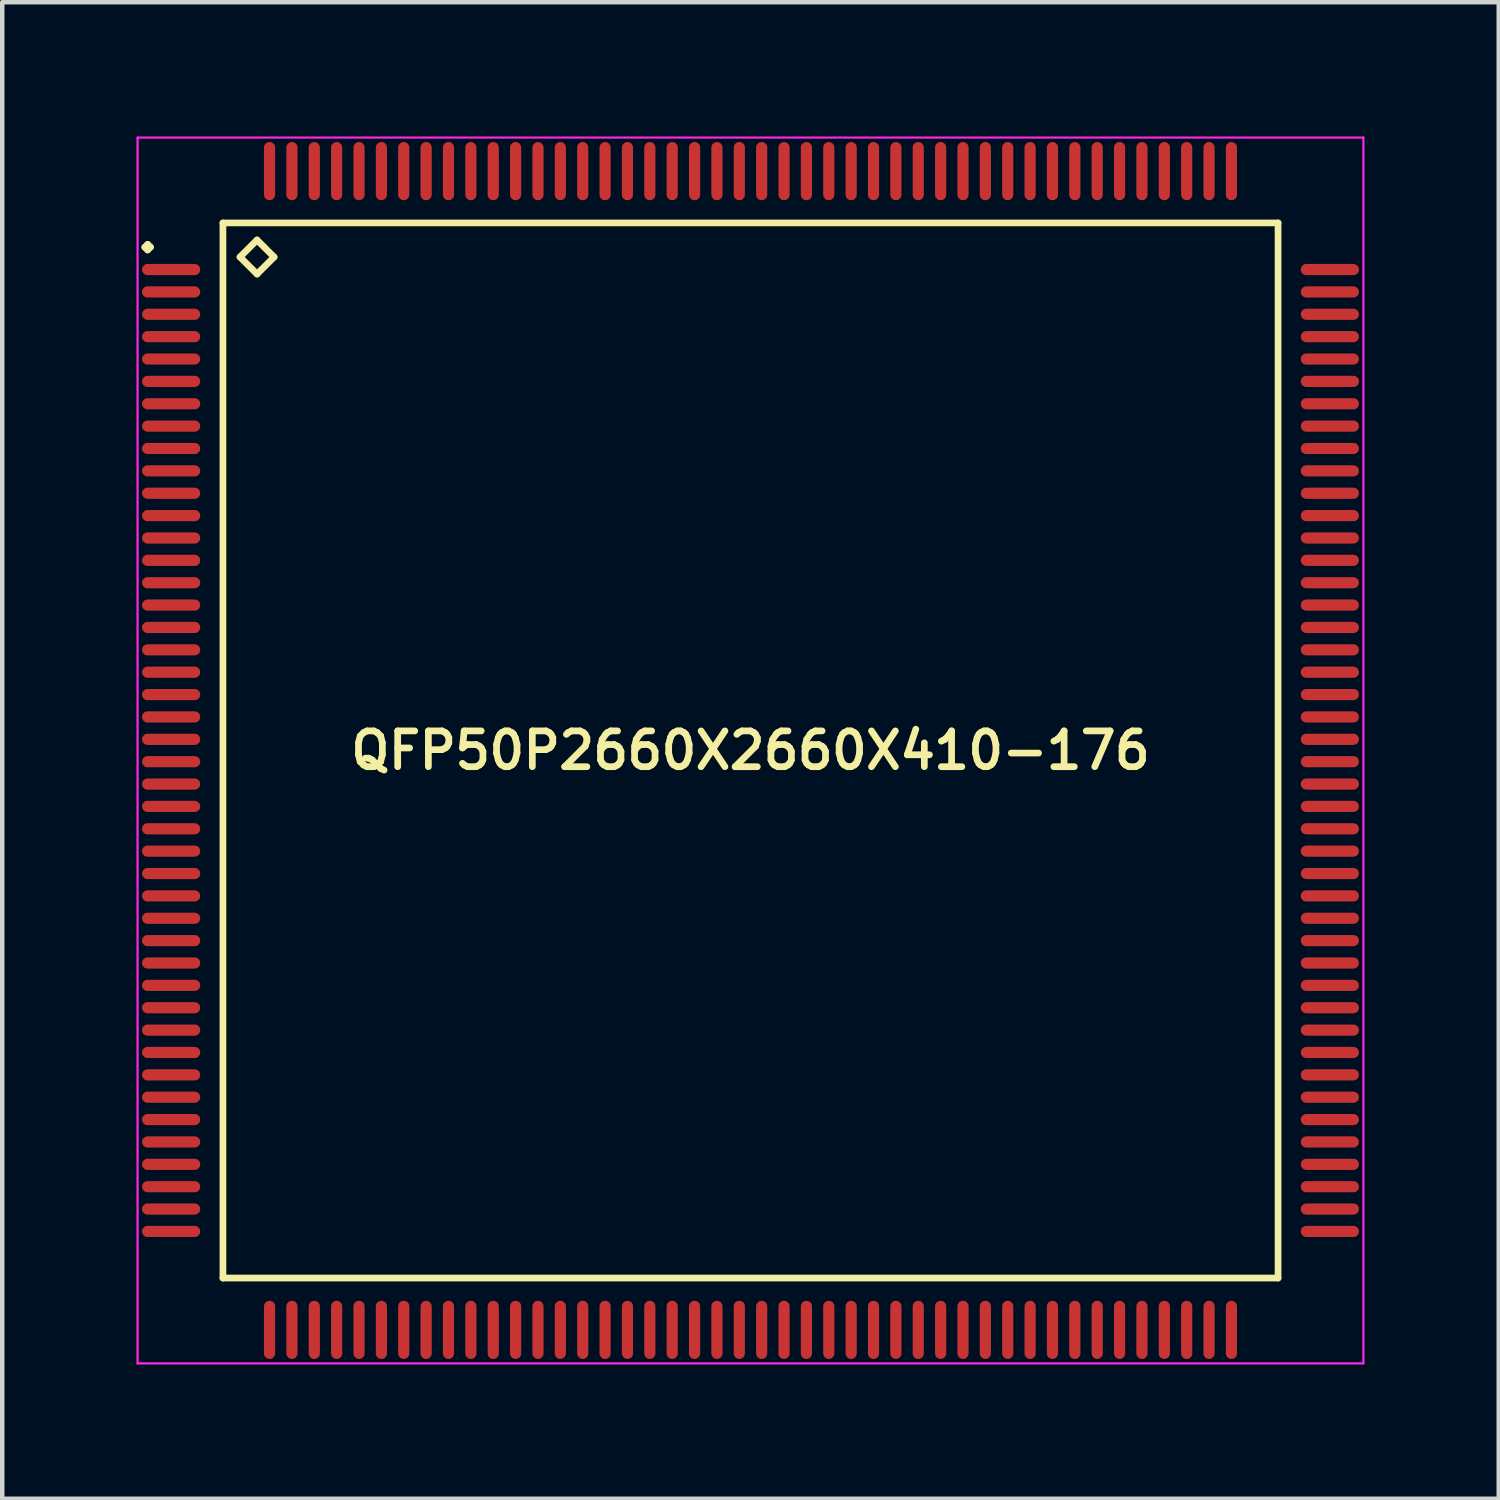
<source format=kicad_pcb>
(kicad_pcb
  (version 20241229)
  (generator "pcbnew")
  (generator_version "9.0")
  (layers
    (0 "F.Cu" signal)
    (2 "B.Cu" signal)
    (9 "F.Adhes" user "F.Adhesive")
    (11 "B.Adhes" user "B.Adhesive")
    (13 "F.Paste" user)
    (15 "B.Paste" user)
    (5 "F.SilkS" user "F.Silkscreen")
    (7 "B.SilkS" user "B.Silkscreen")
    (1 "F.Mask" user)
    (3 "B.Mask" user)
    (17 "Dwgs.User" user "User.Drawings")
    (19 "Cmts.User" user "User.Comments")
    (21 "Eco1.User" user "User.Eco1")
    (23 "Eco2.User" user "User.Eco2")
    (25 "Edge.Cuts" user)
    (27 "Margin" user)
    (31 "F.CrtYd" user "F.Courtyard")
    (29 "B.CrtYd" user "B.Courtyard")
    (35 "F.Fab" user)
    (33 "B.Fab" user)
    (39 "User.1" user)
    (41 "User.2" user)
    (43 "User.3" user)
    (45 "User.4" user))
  (footprint "QFP50P2660X2660X410-176"
    (layer "F.Cu")
    (at 13.725 13.725)
    (property "Reference" "QFP50P2660X2660X410-176" (at 0 0 0) (layer "F.SilkS") (effects (font (size 0.8 0.8) (thickness 0.15))))
    (attr smd)
    (fp_line (start -13.537 -11.25) (end -13.475 -11.312) (stroke (width 0.15) (type solid)) (layer "F.SilkS"))
    (fp_line (start -13.475 -11.312) (end -13.412 -11.25) (stroke (width 0.15) (type solid)) (layer "F.SilkS"))
    (fp_line (start -13.475 -11.188) (end -13.537 -11.25) (stroke (width 0.15) (type solid)) (layer "F.SilkS"))
    (fp_line (start -13.412 -11.25) (end -13.475 -11.188) (stroke (width 0.15) (type solid)) (layer "F.SilkS"))
    (fp_line (start -11.792 -11.792) (end -11.792 11.792) (stroke (width 0.15) (type solid)) (layer "F.SilkS"))
    (fp_line (start -11.792 11.792) (end 11.792 11.792) (stroke (width 0.15) (type solid)) (layer "F.SilkS"))
    (fp_line (start -11.411 -11.03) (end -11.03 -11.411) (stroke (width 0.15) (type solid)) (layer "F.SilkS"))
    (fp_line (start -11.03 -11.411) (end -10.649 -11.03) (stroke (width 0.15) (type solid)) (layer "F.SilkS"))
    (fp_line (start -11.03 -10.649) (end -11.411 -11.03) (stroke (width 0.15) (type solid)) (layer "F.SilkS"))
    (fp_line (start -10.649 -11.03) (end -11.03 -10.649) (stroke (width 0.15) (type solid)) (layer "F.SilkS"))
    (fp_line (start 11.792 -11.792) (end -11.792 -11.792) (stroke (width 0.15) (type solid)) (layer "F.SilkS"))
    (fp_line (start 11.792 11.792) (end 11.792 -11.792) (stroke (width 0.15) (type solid)) (layer "F.SilkS"))
    (fp_line (start -13.7 -13.7) (end 13.7 -13.7) (stroke (width 0.05) (type solid)) (layer "F.CrtYd"))
    (fp_line (start -13.7 13.7) (end -13.7 -13.7) (stroke (width 0.05) (type solid)) (layer "F.CrtYd"))
    (fp_line (start 13.7 -13.7) (end 13.7 13.7) (stroke (width 0.05) (type solid)) (layer "F.CrtYd"))
    (fp_line (start 13.7 13.7) (end -13.7 13.7) (stroke (width 0.05) (type solid)) (layer "F.CrtYd"))
    (pad "1" smd oval (at -12.95 -10.75) (size 1.3 0.25) (layers "F.Cu" "F.Mask" "F.Paste"))
    (pad "2" smd oval (at -12.95 -10.25) (size 1.3 0.25) (layers "F.Cu" "F.Mask" "F.Paste"))
    (pad "3" smd oval (at -12.95 -9.75) (size 1.3 0.25) (layers "F.Cu" "F.Mask" "F.Paste"))
    (pad "4" smd oval (at -12.95 -9.25) (size 1.3 0.25) (layers "F.Cu" "F.Mask" "F.Paste"))
    (pad "5" smd oval (at -12.95 -8.75) (size 1.3 0.25) (layers "F.Cu" "F.Mask" "F.Paste"))
    (pad "6" smd oval (at -12.95 -8.25) (size 1.3 0.25) (layers "F.Cu" "F.Mask" "F.Paste"))
    (pad "7" smd oval (at -12.95 -7.75) (size 1.3 0.25) (layers "F.Cu" "F.Mask" "F.Paste"))
    (pad "8" smd oval (at -12.95 -7.25) (size 1.3 0.25) (layers "F.Cu" "F.Mask" "F.Paste"))
    (pad "9" smd oval (at -12.95 -6.75) (size 1.3 0.25) (layers "F.Cu" "F.Mask" "F.Paste"))
    (pad "10" smd oval (at -12.95 -6.25) (size 1.3 0.25) (layers "F.Cu" "F.Mask" "F.Paste"))
    (pad "11" smd oval (at -12.95 -5.75) (size 1.3 0.25) (layers "F.Cu" "F.Mask" "F.Paste"))
    (pad "12" smd oval (at -12.95 -5.25) (size 1.3 0.25) (layers "F.Cu" "F.Mask" "F.Paste"))
    (pad "13" smd oval (at -12.95 -4.75) (size 1.3 0.25) (layers "F.Cu" "F.Mask" "F.Paste"))
    (pad "14" smd oval (at -12.95 -4.25) (size 1.3 0.25) (layers "F.Cu" "F.Mask" "F.Paste"))
    (pad "15" smd oval (at -12.95 -3.75) (size 1.3 0.25) (layers "F.Cu" "F.Mask" "F.Paste"))
    (pad "16" smd oval (at -12.95 -3.25) (size 1.3 0.25) (layers "F.Cu" "F.Mask" "F.Paste"))
    (pad "17" smd oval (at -12.95 -2.75) (size 1.3 0.25) (layers "F.Cu" "F.Mask" "F.Paste"))
    (pad "18" smd oval (at -12.95 -2.25) (size 1.3 0.25) (layers "F.Cu" "F.Mask" "F.Paste"))
    (pad "19" smd oval (at -12.95 -1.75) (size 1.3 0.25) (layers "F.Cu" "F.Mask" "F.Paste"))
    (pad "20" smd oval (at -12.95 -1.25) (size 1.3 0.25) (layers "F.Cu" "F.Mask" "F.Paste"))
    (pad "21" smd oval (at -12.95 -0.75) (size 1.3 0.25) (layers "F.Cu" "F.Mask" "F.Paste"))
    (pad "22" smd oval (at -12.95 -0.25) (size 1.3 0.25) (layers "F.Cu" "F.Mask" "F.Paste"))
    (pad "23" smd oval (at -12.95 0.25) (size 1.3 0.25) (layers "F.Cu" "F.Mask" "F.Paste"))
    (pad "24" smd oval (at -12.95 0.75) (size 1.3 0.25) (layers "F.Cu" "F.Mask" "F.Paste"))
    (pad "25" smd oval (at -12.95 1.25) (size 1.3 0.25) (layers "F.Cu" "F.Mask" "F.Paste"))
    (pad "26" smd oval (at -12.95 1.75) (size 1.3 0.25) (layers "F.Cu" "F.Mask" "F.Paste"))
    (pad "27" smd oval (at -12.95 2.25) (size 1.3 0.25) (layers "F.Cu" "F.Mask" "F.Paste"))
    (pad "28" smd oval (at -12.95 2.75) (size 1.3 0.25) (layers "F.Cu" "F.Mask" "F.Paste"))
    (pad "29" smd oval (at -12.95 3.25) (size 1.3 0.25) (layers "F.Cu" "F.Mask" "F.Paste"))
    (pad "30" smd oval (at -12.95 3.75) (size 1.3 0.25) (layers "F.Cu" "F.Mask" "F.Paste"))
    (pad "31" smd oval (at -12.95 4.25) (size 1.3 0.25) (layers "F.Cu" "F.Mask" "F.Paste"))
    (pad "32" smd oval (at -12.95 4.75) (size 1.3 0.25) (layers "F.Cu" "F.Mask" "F.Paste"))
    (pad "33" smd oval (at -12.95 5.25) (size 1.3 0.25) (layers "F.Cu" "F.Mask" "F.Paste"))
    (pad "34" smd oval (at -12.95 5.75) (size 1.3 0.25) (layers "F.Cu" "F.Mask" "F.Paste"))
    (pad "35" smd oval (at -12.95 6.25) (size 1.3 0.25) (layers "F.Cu" "F.Mask" "F.Paste"))
    (pad "36" smd oval (at -12.95 6.75) (size 1.3 0.25) (layers "F.Cu" "F.Mask" "F.Paste"))
    (pad "37" smd oval (at -12.95 7.25) (size 1.3 0.25) (layers "F.Cu" "F.Mask" "F.Paste"))
    (pad "38" smd oval (at -12.95 7.75) (size 1.3 0.25) (layers "F.Cu" "F.Mask" "F.Paste"))
    (pad "39" smd oval (at -12.95 8.25) (size 1.3 0.25) (layers "F.Cu" "F.Mask" "F.Paste"))
    (pad "40" smd oval (at -12.95 8.75) (size 1.3 0.25) (layers "F.Cu" "F.Mask" "F.Paste"))
    (pad "41" smd oval (at -12.95 9.25) (size 1.3 0.25) (layers "F.Cu" "F.Mask" "F.Paste"))
    (pad "42" smd oval (at -12.95 9.75) (size 1.3 0.25) (layers "F.Cu" "F.Mask" "F.Paste"))
    (pad "43" smd oval (at -12.95 10.25) (size 1.3 0.25) (layers "F.Cu" "F.Mask" "F.Paste"))
    (pad "44" smd oval (at -12.95 10.75) (size 1.3 0.25) (layers "F.Cu" "F.Mask" "F.Paste"))
    (pad "45" smd oval (at -10.75 12.95) (size 0.25 1.3) (layers "F.Cu" "F.Mask" "F.Paste"))
    (pad "46" smd oval (at -10.25 12.95) (size 0.25 1.3) (layers "F.Cu" "F.Mask" "F.Paste"))
    (pad "47" smd oval (at -9.75 12.95) (size 0.25 1.3) (layers "F.Cu" "F.Mask" "F.Paste"))
    (pad "48" smd oval (at -9.25 12.95) (size 0.25 1.3) (layers "F.Cu" "F.Mask" "F.Paste"))
    (pad "49" smd oval (at -8.75 12.95) (size 0.25 1.3) (layers "F.Cu" "F.Mask" "F.Paste"))
    (pad "50" smd oval (at -8.25 12.95) (size 0.25 1.3) (layers "F.Cu" "F.Mask" "F.Paste"))
    (pad "51" smd oval (at -7.75 12.95) (size 0.25 1.3) (layers "F.Cu" "F.Mask" "F.Paste"))
    (pad "52" smd oval (at -7.25 12.95) (size 0.25 1.3) (layers "F.Cu" "F.Mask" "F.Paste"))
    (pad "53" smd oval (at -6.75 12.95) (size 0.25 1.3) (layers "F.Cu" "F.Mask" "F.Paste"))
    (pad "54" smd oval (at -6.25 12.95) (size 0.25 1.3) (layers "F.Cu" "F.Mask" "F.Paste"))
    (pad "55" smd oval (at -5.75 12.95) (size 0.25 1.3) (layers "F.Cu" "F.Mask" "F.Paste"))
    (pad "56" smd oval (at -5.25 12.95) (size 0.25 1.3) (layers "F.Cu" "F.Mask" "F.Paste"))
    (pad "57" smd oval (at -4.75 12.95) (size 0.25 1.3) (layers "F.Cu" "F.Mask" "F.Paste"))
    (pad "58" smd oval (at -4.25 12.95) (size 0.25 1.3) (layers "F.Cu" "F.Mask" "F.Paste"))
    (pad "59" smd oval (at -3.75 12.95) (size 0.25 1.3) (layers "F.Cu" "F.Mask" "F.Paste"))
    (pad "60" smd oval (at -3.25 12.95) (size 0.25 1.3) (layers "F.Cu" "F.Mask" "F.Paste"))
    (pad "61" smd oval (at -2.75 12.95) (size 0.25 1.3) (layers "F.Cu" "F.Mask" "F.Paste"))
    (pad "62" smd oval (at -2.25 12.95) (size 0.25 1.3) (layers "F.Cu" "F.Mask" "F.Paste"))
    (pad "63" smd oval (at -1.75 12.95) (size 0.25 1.3) (layers "F.Cu" "F.Mask" "F.Paste"))
    (pad "64" smd oval (at -1.25 12.95) (size 0.25 1.3) (layers "F.Cu" "F.Mask" "F.Paste"))
    (pad "65" smd oval (at -0.75 12.95) (size 0.25 1.3) (layers "F.Cu" "F.Mask" "F.Paste"))
    (pad "66" smd oval (at -0.25 12.95) (size 0.25 1.3) (layers "F.Cu" "F.Mask" "F.Paste"))
    (pad "67" smd oval (at 0.25 12.95) (size 0.25 1.3) (layers "F.Cu" "F.Mask" "F.Paste"))
    (pad "68" smd oval (at 0.75 12.95) (size 0.25 1.3) (layers "F.Cu" "F.Mask" "F.Paste"))
    (pad "69" smd oval (at 1.25 12.95) (size 0.25 1.3) (layers "F.Cu" "F.Mask" "F.Paste"))
    (pad "70" smd oval (at 1.75 12.95) (size 0.25 1.3) (layers "F.Cu" "F.Mask" "F.Paste"))
    (pad "71" smd oval (at 2.25 12.95) (size 0.25 1.3) (layers "F.Cu" "F.Mask" "F.Paste"))
    (pad "72" smd oval (at 2.75 12.95) (size 0.25 1.3) (layers "F.Cu" "F.Mask" "F.Paste"))
    (pad "73" smd oval (at 3.25 12.95) (size 0.25 1.3) (layers "F.Cu" "F.Mask" "F.Paste"))
    (pad "74" smd oval (at 3.75 12.95) (size 0.25 1.3) (layers "F.Cu" "F.Mask" "F.Paste"))
    (pad "75" smd oval (at 4.25 12.95) (size 0.25 1.3) (layers "F.Cu" "F.Mask" "F.Paste"))
    (pad "76" smd oval (at 4.75 12.95) (size 0.25 1.3) (layers "F.Cu" "F.Mask" "F.Paste"))
    (pad "77" smd oval (at 5.25 12.95) (size 0.25 1.3) (layers "F.Cu" "F.Mask" "F.Paste"))
    (pad "78" smd oval (at 5.75 12.95) (size 0.25 1.3) (layers "F.Cu" "F.Mask" "F.Paste"))
    (pad "79" smd oval (at 6.25 12.95) (size 0.25 1.3) (layers "F.Cu" "F.Mask" "F.Paste"))
    (pad "80" smd oval (at 6.75 12.95) (size 0.25 1.3) (layers "F.Cu" "F.Mask" "F.Paste"))
    (pad "81" smd oval (at 7.25 12.95) (size 0.25 1.3) (layers "F.Cu" "F.Mask" "F.Paste"))
    (pad "82" smd oval (at 7.75 12.95) (size 0.25 1.3) (layers "F.Cu" "F.Mask" "F.Paste"))
    (pad "83" smd oval (at 8.25 12.95) (size 0.25 1.3) (layers "F.Cu" "F.Mask" "F.Paste"))
    (pad "84" smd oval (at 8.75 12.95) (size 0.25 1.3) (layers "F.Cu" "F.Mask" "F.Paste"))
    (pad "85" smd oval (at 9.25 12.95) (size 0.25 1.3) (layers "F.Cu" "F.Mask" "F.Paste"))
    (pad "86" smd oval (at 9.75 12.95) (size 0.25 1.3) (layers "F.Cu" "F.Mask" "F.Paste"))
    (pad "87" smd oval (at 10.25 12.95) (size 0.25 1.3) (layers "F.Cu" "F.Mask" "F.Paste"))
    (pad "88" smd oval (at 10.75 12.95) (size 0.25 1.3) (layers "F.Cu" "F.Mask" "F.Paste"))
    (pad "89" smd oval (at 12.95 10.75) (size 1.3 0.25) (layers "F.Cu" "F.Mask" "F.Paste"))
    (pad "90" smd oval (at 12.95 10.25) (size 1.3 0.25) (layers "F.Cu" "F.Mask" "F.Paste"))
    (pad "91" smd oval (at 12.95 9.75) (size 1.3 0.25) (layers "F.Cu" "F.Mask" "F.Paste"))
    (pad "92" smd oval (at 12.95 9.25) (size 1.3 0.25) (layers "F.Cu" "F.Mask" "F.Paste"))
    (pad "93" smd oval (at 12.95 8.75) (size 1.3 0.25) (layers "F.Cu" "F.Mask" "F.Paste"))
    (pad "94" smd oval (at 12.95 8.25) (size 1.3 0.25) (layers "F.Cu" "F.Mask" "F.Paste"))
    (pad "95" smd oval (at 12.95 7.75) (size 1.3 0.25) (layers "F.Cu" "F.Mask" "F.Paste"))
    (pad "96" smd oval (at 12.95 7.25) (size 1.3 0.25) (layers "F.Cu" "F.Mask" "F.Paste"))
    (pad "97" smd oval (at 12.95 6.75) (size 1.3 0.25) (layers "F.Cu" "F.Mask" "F.Paste"))
    (pad "98" smd oval (at 12.95 6.25) (size 1.3 0.25) (layers "F.Cu" "F.Mask" "F.Paste"))
    (pad "99" smd oval (at 12.95 5.75) (size 1.3 0.25) (layers "F.Cu" "F.Mask" "F.Paste"))
    (pad "100" smd oval (at 12.95 5.25) (size 1.3 0.25) (layers "F.Cu" "F.Mask" "F.Paste"))
    (pad "101" smd oval (at 12.95 4.75) (size 1.3 0.25) (layers "F.Cu" "F.Mask" "F.Paste"))
    (pad "102" smd oval (at 12.95 4.25) (size 1.3 0.25) (layers "F.Cu" "F.Mask" "F.Paste"))
    (pad "103" smd oval (at 12.95 3.75) (size 1.3 0.25) (layers "F.Cu" "F.Mask" "F.Paste"))
    (pad "104" smd oval (at 12.95 3.25) (size 1.3 0.25) (layers "F.Cu" "F.Mask" "F.Paste"))
    (pad "105" smd oval (at 12.95 2.75) (size 1.3 0.25) (layers "F.Cu" "F.Mask" "F.Paste"))
    (pad "106" smd oval (at 12.95 2.25) (size 1.3 0.25) (layers "F.Cu" "F.Mask" "F.Paste"))
    (pad "107" smd oval (at 12.95 1.75) (size 1.3 0.25) (layers "F.Cu" "F.Mask" "F.Paste"))
    (pad "108" smd oval (at 12.95 1.25) (size 1.3 0.25) (layers "F.Cu" "F.Mask" "F.Paste"))
    (pad "109" smd oval (at 12.95 0.75) (size 1.3 0.25) (layers "F.Cu" "F.Mask" "F.Paste"))
    (pad "110" smd oval (at 12.95 0.25) (size 1.3 0.25) (layers "F.Cu" "F.Mask" "F.Paste"))
    (pad "111" smd oval (at 12.95 -0.25) (size 1.3 0.25) (layers "F.Cu" "F.Mask" "F.Paste"))
    (pad "112" smd oval (at 12.95 -0.75) (size 1.3 0.25) (layers "F.Cu" "F.Mask" "F.Paste"))
    (pad "113" smd oval (at 12.95 -1.25) (size 1.3 0.25) (layers "F.Cu" "F.Mask" "F.Paste"))
    (pad "114" smd oval (at 12.95 -1.75) (size 1.3 0.25) (layers "F.Cu" "F.Mask" "F.Paste"))
    (pad "115" smd oval (at 12.95 -2.25) (size 1.3 0.25) (layers "F.Cu" "F.Mask" "F.Paste"))
    (pad "116" smd oval (at 12.95 -2.75) (size 1.3 0.25) (layers "F.Cu" "F.Mask" "F.Paste"))
    (pad "117" smd oval (at 12.95 -3.25) (size 1.3 0.25) (layers "F.Cu" "F.Mask" "F.Paste"))
    (pad "118" smd oval (at 12.95 -3.75) (size 1.3 0.25) (layers "F.Cu" "F.Mask" "F.Paste"))
    (pad "119" smd oval (at 12.95 -4.25) (size 1.3 0.25) (layers "F.Cu" "F.Mask" "F.Paste"))
    (pad "120" smd oval (at 12.95 -4.75) (size 1.3 0.25) (layers "F.Cu" "F.Mask" "F.Paste"))
    (pad "121" smd oval (at 12.95 -5.25) (size 1.3 0.25) (layers "F.Cu" "F.Mask" "F.Paste"))
    (pad "122" smd oval (at 12.95 -5.75) (size 1.3 0.25) (layers "F.Cu" "F.Mask" "F.Paste"))
    (pad "123" smd oval (at 12.95 -6.25) (size 1.3 0.25) (layers "F.Cu" "F.Mask" "F.Paste"))
    (pad "124" smd oval (at 12.95 -6.75) (size 1.3 0.25) (layers "F.Cu" "F.Mask" "F.Paste"))
    (pad "125" smd oval (at 12.95 -7.25) (size 1.3 0.25) (layers "F.Cu" "F.Mask" "F.Paste"))
    (pad "126" smd oval (at 12.95 -7.75) (size 1.3 0.25) (layers "F.Cu" "F.Mask" "F.Paste"))
    (pad "127" smd oval (at 12.95 -8.25) (size 1.3 0.25) (layers "F.Cu" "F.Mask" "F.Paste"))
    (pad "128" smd oval (at 12.95 -8.75) (size 1.3 0.25) (layers "F.Cu" "F.Mask" "F.Paste"))
    (pad "129" smd oval (at 12.95 -9.25) (size 1.3 0.25) (layers "F.Cu" "F.Mask" "F.Paste"))
    (pad "130" smd oval (at 12.95 -9.75) (size 1.3 0.25) (layers "F.Cu" "F.Mask" "F.Paste"))
    (pad "131" smd oval (at 12.95 -10.25) (size 1.3 0.25) (layers "F.Cu" "F.Mask" "F.Paste"))
    (pad "132" smd oval (at 12.95 -10.75) (size 1.3 0.25) (layers "F.Cu" "F.Mask" "F.Paste"))
    (pad "133" smd oval (at 10.75 -12.95) (size 0.25 1.3) (layers "F.Cu" "F.Mask" "F.Paste"))
    (pad "134" smd oval (at 10.25 -12.95) (size 0.25 1.3) (layers "F.Cu" "F.Mask" "F.Paste"))
    (pad "135" smd oval (at 9.75 -12.95) (size 0.25 1.3) (layers "F.Cu" "F.Mask" "F.Paste"))
    (pad "136" smd oval (at 9.25 -12.95) (size 0.25 1.3) (layers "F.Cu" "F.Mask" "F.Paste"))
    (pad "137" smd oval (at 8.75 -12.95) (size 0.25 1.3) (layers "F.Cu" "F.Mask" "F.Paste"))
    (pad "138" smd oval (at 8.25 -12.95) (size 0.25 1.3) (layers "F.Cu" "F.Mask" "F.Paste"))
    (pad "139" smd oval (at 7.75 -12.95) (size 0.25 1.3) (layers "F.Cu" "F.Mask" "F.Paste"))
    (pad "140" smd oval (at 7.25 -12.95) (size 0.25 1.3) (layers "F.Cu" "F.Mask" "F.Paste"))
    (pad "141" smd oval (at 6.75 -12.95) (size 0.25 1.3) (layers "F.Cu" "F.Mask" "F.Paste"))
    (pad "142" smd oval (at 6.25 -12.95) (size 0.25 1.3) (layers "F.Cu" "F.Mask" "F.Paste"))
    (pad "143" smd oval (at 5.75 -12.95) (size 0.25 1.3) (layers "F.Cu" "F.Mask" "F.Paste"))
    (pad "144" smd oval (at 5.25 -12.95) (size 0.25 1.3) (layers "F.Cu" "F.Mask" "F.Paste"))
    (pad "145" smd oval (at 4.75 -12.95) (size 0.25 1.3) (layers "F.Cu" "F.Mask" "F.Paste"))
    (pad "146" smd oval (at 4.25 -12.95) (size 0.25 1.3) (layers "F.Cu" "F.Mask" "F.Paste"))
    (pad "147" smd oval (at 3.75 -12.95) (size 0.25 1.3) (layers "F.Cu" "F.Mask" "F.Paste"))
    (pad "148" smd oval (at 3.25 -12.95) (size 0.25 1.3) (layers "F.Cu" "F.Mask" "F.Paste"))
    (pad "149" smd oval (at 2.75 -12.95) (size 0.25 1.3) (layers "F.Cu" "F.Mask" "F.Paste"))
    (pad "150" smd oval (at 2.25 -12.95) (size 0.25 1.3) (layers "F.Cu" "F.Mask" "F.Paste"))
    (pad "151" smd oval (at 1.75 -12.95) (size 0.25 1.3) (layers "F.Cu" "F.Mask" "F.Paste"))
    (pad "152" smd oval (at 1.25 -12.95) (size 0.25 1.3) (layers "F.Cu" "F.Mask" "F.Paste"))
    (pad "153" smd oval (at 0.75 -12.95) (size 0.25 1.3) (layers "F.Cu" "F.Mask" "F.Paste"))
    (pad "154" smd oval (at 0.25 -12.95) (size 0.25 1.3) (layers "F.Cu" "F.Mask" "F.Paste"))
    (pad "155" smd oval (at -0.25 -12.95) (size 0.25 1.3) (layers "F.Cu" "F.Mask" "F.Paste"))
    (pad "156" smd oval (at -0.75 -12.95) (size 0.25 1.3) (layers "F.Cu" "F.Mask" "F.Paste"))
    (pad "157" smd oval (at -1.25 -12.95) (size 0.25 1.3) (layers "F.Cu" "F.Mask" "F.Paste"))
    (pad "158" smd oval (at -1.75 -12.95) (size 0.25 1.3) (layers "F.Cu" "F.Mask" "F.Paste"))
    (pad "159" smd oval (at -2.25 -12.95) (size 0.25 1.3) (layers "F.Cu" "F.Mask" "F.Paste"))
    (pad "160" smd oval (at -2.75 -12.95) (size 0.25 1.3) (layers "F.Cu" "F.Mask" "F.Paste"))
    (pad "161" smd oval (at -3.25 -12.95) (size 0.25 1.3) (layers "F.Cu" "F.Mask" "F.Paste"))
    (pad "162" smd oval (at -3.75 -12.95) (size 0.25 1.3) (layers "F.Cu" "F.Mask" "F.Paste"))
    (pad "163" smd oval (at -4.25 -12.95) (size 0.25 1.3) (layers "F.Cu" "F.Mask" "F.Paste"))
    (pad "164" smd oval (at -4.75 -12.95) (size 0.25 1.3) (layers "F.Cu" "F.Mask" "F.Paste"))
    (pad "165" smd oval (at -5.25 -12.95) (size 0.25 1.3) (layers "F.Cu" "F.Mask" "F.Paste"))
    (pad "166" smd oval (at -5.75 -12.95) (size 0.25 1.3) (layers "F.Cu" "F.Mask" "F.Paste"))
    (pad "167" smd oval (at -6.25 -12.95) (size 0.25 1.3) (layers "F.Cu" "F.Mask" "F.Paste"))
    (pad "168" smd oval (at -6.75 -12.95) (size 0.25 1.3) (layers "F.Cu" "F.Mask" "F.Paste"))
    (pad "169" smd oval (at -7.25 -12.95) (size 0.25 1.3) (layers "F.Cu" "F.Mask" "F.Paste"))
    (pad "170" smd oval (at -7.75 -12.95) (size 0.25 1.3) (layers "F.Cu" "F.Mask" "F.Paste"))
    (pad "171" smd oval (at -8.25 -12.95) (size 0.25 1.3) (layers "F.Cu" "F.Mask" "F.Paste"))
    (pad "172" smd oval (at -8.75 -12.95) (size 0.25 1.3) (layers "F.Cu" "F.Mask" "F.Paste"))
    (pad "173" smd oval (at -9.25 -12.95) (size 0.25 1.3) (layers "F.Cu" "F.Mask" "F.Paste"))
    (pad "174" smd oval (at -9.75 -12.95) (size 0.25 1.3) (layers "F.Cu" "F.Mask" "F.Paste"))
    (pad "175" smd oval (at -10.25 -12.95) (size 0.25 1.3) (layers "F.Cu" "F.Mask" "F.Paste"))
    (pad "176" smd oval (at -10.75 -12.95) (size 0.25 1.3) (layers "F.Cu" "F.Mask" "F.Paste")))
  (gr_rect
    (start -3 -3)
    (end 30.45 30.45)
    (stroke (width 0.1) (type default))
    (fill no)
    (layer "Edge.Cuts")))
</source>
